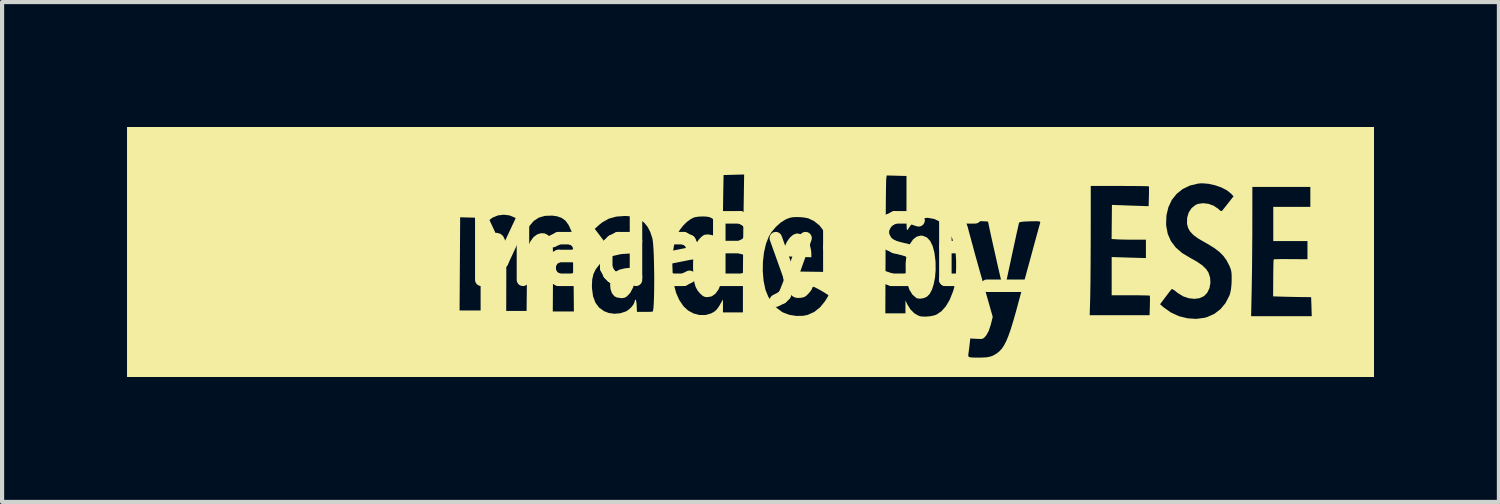
<source format=kicad_pcb>
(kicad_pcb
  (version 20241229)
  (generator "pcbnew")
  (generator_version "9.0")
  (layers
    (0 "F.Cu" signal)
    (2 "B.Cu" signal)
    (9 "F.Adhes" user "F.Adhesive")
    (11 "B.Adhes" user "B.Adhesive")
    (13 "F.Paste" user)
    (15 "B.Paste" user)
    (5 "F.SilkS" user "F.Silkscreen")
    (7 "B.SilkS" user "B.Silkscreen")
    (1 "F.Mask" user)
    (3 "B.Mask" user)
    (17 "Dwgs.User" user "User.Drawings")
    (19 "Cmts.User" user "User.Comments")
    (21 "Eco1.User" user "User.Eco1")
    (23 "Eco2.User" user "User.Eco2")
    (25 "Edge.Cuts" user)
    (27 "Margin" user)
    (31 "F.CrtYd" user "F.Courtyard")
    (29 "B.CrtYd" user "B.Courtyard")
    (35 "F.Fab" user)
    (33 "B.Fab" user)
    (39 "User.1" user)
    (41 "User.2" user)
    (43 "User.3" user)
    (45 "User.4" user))
  (footprint "MadeByESE_"
    (layer "F.Cu")
    (at 14.971 2.99)
    (property "Reference" "MadeByESE_" (at 0 0 0) (layer "F.SilkS") (effects (font (size 1.5 1.5) (thickness 0.3))))
    (attr board_only exclude_from_pos_files exclude_from_bom)
    (fp_poly (pts (xy 1.221 -0.416) (xy 1.309 -0.369) (xy 1.37 -0.301) (xy 1.377 -0.289) (xy 1.426 -0.157) (xy 1.455 -0.023) (xy 1.46 0.051) (xy 1.461 0.137) (xy 1.307 0.132) (xy 1.204 0.129) (xy 1.082 0.125) (xy 0.966 0.12) (xy 0.962 0.12) (xy 0.772 0.112) (xy 0.788 0.016) (xy 0.822 -0.119) (xy 0.877 -0.239) (xy 0.945 -0.335) (xy 1.023 -0.403) (xy 1.104 -0.433) (xy 1.121 -0.434)) (stroke (width 0) (type solid)) (fill yes) (layer "F.SilkS"))
    (fp_poly (pts (xy -2.761 0.526) (xy -2.776 0.701) (xy -2.817 0.857) (xy -2.883 0.984) (xy -2.921 1.03) (xy -2.978 1.084) (xy -3.026 1.11) (xy -3.086 1.118) (xy -3.108 1.118) (xy -3.214 1.102) (xy -3.271 1.071) (xy -3.328 1) (xy -3.362 0.901) (xy -3.371 0.788) (xy -3.356 0.673) (xy -3.314 0.568) (xy -3.309 0.559) (xy -3.244 0.486) (xy -3.15 0.436) (xy -3.022 0.404) (xy -2.931 0.394) (xy -2.761 0.381)) (stroke (width 0) (type solid)) (fill yes) (layer "F.SilkS"))
    (fp_poly (pts (xy 4.141 -0.378) (xy 4.235 -0.338) (xy 4.313 -0.256) (xy 4.373 -0.133) (xy 4.416 0.028) (xy 4.441 0.228) (xy 4.443 0.264) (xy 4.445 0.449) (xy 4.43 0.624) (xy 4.399 0.782) (xy 4.356 0.916) (xy 4.3 1.02) (xy 4.238 1.083) (xy 4.159 1.118) (xy 4.073 1.133) (xy 3.999 1.123) (xy 3.982 1.116) (xy 3.888 1.035) (xy 3.814 0.915) (xy 3.761 0.756) (xy 3.731 0.561) (xy 3.726 0.49) (xy 3.725 0.282) (xy 3.744 0.096) (xy 3.782 -0.064) (xy 3.837 -0.196) (xy 3.907 -0.295) (xy 3.991 -0.359) (xy 4.086 -0.383)) (stroke (width 0) (type solid)) (fill yes) (layer "F.SilkS"))
    (fp_poly (pts (xy -0.918 -0.394) (xy -0.836 -0.342) (xy -0.769 -0.251) (xy -0.713 -0.119) (xy -0.707 -0.102) (xy -0.673 0.048) (xy -0.656 0.223) (xy -0.655 0.409) (xy -0.67 0.588) (xy -0.702 0.744) (xy -0.708 0.764) (xy -0.767 0.908) (xy -0.842 1.012) (xy -0.93 1.075) (xy -1.027 1.095) (xy -1.092 1.09) (xy -1.144 1.067) (xy -1.202 1.017) (xy -1.21 1.009) (xy -1.272 0.934) (xy -1.319 0.847) (xy -1.35 0.739) (xy -1.37 0.604) (xy -1.379 0.435) (xy -1.38 0.342) (xy -1.376 0.159) (xy -1.363 0.013) (xy -1.338 -0.104) (xy -1.3 -0.2) (xy -1.246 -0.281) (xy -1.213 -0.319) (xy -1.156 -0.373) (xy -1.109 -0.401) (xy -1.053 -0.41) (xy -1.017 -0.411)) (stroke (width 0) (type solid)) (fill yes) (layer "F.SilkS"))
    (fp_poly (pts (xy 14.971 0.011) (xy 14.971 3.012) (xy 0 3.012) (xy -14.971 3.012) (xy -14.971 1.415) (xy -6.986 1.415) (xy -6.734 1.415) (xy -6.481 1.415) (xy -6.481 0.759) (xy -6.48 0.582) (xy -6.478 0.412) (xy -6.474 0.257) (xy -6.469 0.125) (xy -6.464 0.023) (xy -6.457 -0.042) (xy -6.457 -0.045) (xy -6.418 -0.199) (xy -6.358 -0.318) (xy -6.279 -0.402) (xy -6.184 -0.445) (xy -6.086 -0.449) (xy -6 -0.424) (xy -5.939 -0.369) (xy -5.896 -0.279) (xy -5.887 -0.246) (xy -5.879 -0.194) (xy -5.873 -0.098) (xy -5.869 0.038) (xy -5.865 0.212) (xy -5.864 0.423) (xy -5.864 0.636) (xy -5.866 1.426) (xy -5.621 1.426) (xy -5.377 1.426) (xy -5.37 0.787) (xy -5.367 0.561) (xy -5.365 0.376) (xy -5.362 0.227) (xy -5.358 0.108) (xy -5.353 0.016) (xy -5.346 -0.056) (xy -5.337 -0.111) (xy -5.325 -0.155) (xy -5.311 -0.192) (xy -5.293 -0.229) (xy -5.285 -0.244) (xy -5.211 -0.346) (xy -5.124 -0.411) (xy -5.032 -0.441) (xy -4.941 -0.435) (xy -4.859 -0.393) (xy -4.793 -0.315) (xy -4.765 -0.253) (xy -4.757 -0.216) (xy -4.751 -0.154) (xy -4.746 -0.064) (xy -4.743 0.057) (xy -4.742 0.214) (xy -4.741 0.409) (xy -4.743 0.633) (xy -4.748 1.438) (xy -4.495 1.438) (xy -4.241 1.438) (xy -4.247 0.827) (xy -3.809 0.827) (xy -3.806 0.888) (xy -3.781 1.074) (xy -3.724 1.227) (xy -3.636 1.346) (xy -3.516 1.432) (xy -3.404 1.475) (xy -3.268 1.494) (xy -3.124 1.481) (xy -2.994 1.439) (xy -2.985 1.435) (xy -2.918 1.39) (xy -2.854 1.328) (xy -2.806 1.263) (xy -2.784 1.209) (xy -2.784 1.203) (xy -2.772 1.163) (xy -2.762 1.153) (xy -2.75 1.167) (xy -2.74 1.218) (xy -2.734 1.294) (xy -2.727 1.449) (xy -2.556 1.449) (xy -2.468 1.449) (xy -2.396 1.446) (xy -2.353 1.443) (xy -2.351 1.443) (xy -2.34 1.418) (xy -2.331 1.355) (xy -2.324 1.257) (xy -2.319 1.132) (xy -2.315 0.986) (xy -2.313 0.824) (xy -2.312 0.653) (xy -2.314 0.478) (xy -2.317 0.308) (xy -1.877 0.308) (xy -1.868 0.572) (xy -1.838 0.799) (xy -1.786 0.995) (xy -1.71 1.165) (xy -1.61 1.313) (xy -1.609 1.314) (xy -1.498 1.417) (xy -1.367 1.487) (xy -1.224 1.524) (xy -1.08 1.524) (xy -0.947 1.486) (xy -0.875 1.447) (xy -0.819 1.4) (xy -0.767 1.332) (xy -0.721 1.255) (xy -0.662 1.152) (xy -0.662 1.307) (xy -0.662 1.461) (xy -0.422 1.461) (xy -0.183 1.461) (xy -0.182 0.713) (xy -0.182 0.506) (xy -0.182 0.472) (xy 0.294 0.472) (xy 0.313 0.696) (xy 0.355 0.902) (xy 0.361 0.924) (xy 0.426 1.083) (xy 0.519 1.231) (xy 0.633 1.357) (xy 0.757 1.45) (xy 0.781 1.463) (xy 0.931 1.519) (xy 1.098 1.546) (xy 1.263 1.543) (xy 1.374 1.521) (xy 1.457 1.483) (xy 3.237 1.483) (xy 3.478 1.483) (xy 3.72 1.483) (xy 3.72 1.329) (xy 3.721 1.175) (xy 3.764 1.267) (xy 3.841 1.39) (xy 3.936 1.485) (xy 4.042 1.544) (xy 4.097 1.558) (xy 4.192 1.563) (xy 4.302 1.555) (xy 4.405 1.535) (xy 4.464 1.514) (xy 4.583 1.435) (xy 4.69 1.315) (xy 4.783 1.157) (xy 4.86 0.965) (xy 4.888 0.872) (xy 4.913 0.743) (xy 4.93 0.582) (xy 4.937 0.404) (xy 4.937 0.223) (xy 4.927 0.052) (xy 4.907 -0.096) (xy 4.9 -0.132) (xy 4.843 -0.317) (xy 4.762 -0.481) (xy 4.661 -0.616) (xy 4.565 -0.701) (xy 5.173 -0.701) (xy 5.179 -0.688) (xy 5.199 -0.637) (xy 5.221 -0.569) (xy 5.224 -0.556) (xy 5.245 -0.474) (xy 5.267 -0.393) (xy 5.268 -0.388) (xy 5.284 -0.332) (xy 5.307 -0.245) (xy 5.335 -0.142) (xy 5.352 -0.08) (xy 5.373 -0.000076) (xy 5.405 0.116) (xy 5.446 0.261) (xy 5.492 0.426) (xy 5.543 0.605) (xy 5.595 0.79) (xy 5.614 0.858) (xy 5.816 1.569) (xy 5.77 1.752) (xy 5.724 1.896) (xy 5.668 2) (xy 5.654 2.019) (xy 5.615 2.064) (xy 5.582 2.089) (xy 5.541 2.099) (xy 5.475 2.098) (xy 5.43 2.096) (xy 5.277 2.087) (xy 5.264 2.202) (xy 5.253 2.297) (xy 5.24 2.396) (xy 5.236 2.423) (xy 5.228 2.488) (xy 5.233 2.521) (xy 5.257 2.535) (xy 5.286 2.541) (xy 5.339 2.545) (xy 5.423 2.547) (xy 5.52 2.547) (xy 5.546 2.546) (xy 5.664 2.54) (xy 5.752 2.524) (xy 5.823 2.498) (xy 5.834 2.492) (xy 5.908 2.449) (xy 5.973 2.398) (xy 6.033 2.334) (xy 6.087 2.254) (xy 6.14 2.152) (xy 6.192 2.026) (xy 6.247 1.87) (xy 6.306 1.679) (xy 6.349 1.529) (xy 8.144 1.529) (xy 8.863 1.529) (xy 9.582 1.529) (xy 9.589 1.299) (xy 9.59 1.265) (xy 9.834 1.265) (xy 9.921 1.341) (xy 10.094 1.463) (xy 10.287 1.552) (xy 10.493 1.603) (xy 10.702 1.617) (xy 10.905 1.59) (xy 10.962 1.574) (xy 11.012 1.552) (xy 12.02 1.552) (xy 12.748 1.552) (xy 13.476 1.552) (xy 13.469 1.324) (xy 13.461 1.095) (xy 13.183 1.092) (xy 13.053 1.09) (xy 12.918 1.087) (xy 12.798 1.084) (xy 12.727 1.082) (xy 12.548 1.076) (xy 12.551 0.636) (xy 12.552 0.499) (xy 12.554 0.379) (xy 12.556 0.282) (xy 12.559 0.216) (xy 12.562 0.188) (xy 12.562 0.187) (xy 12.587 0.185) (xy 12.649 0.183) (xy 12.743 0.181) (xy 12.859 0.181) (xy 12.972 0.182) (xy 13.373 0.184) (xy 13.373 -0.033) (xy 13.373 -0.251) (xy 12.962 -0.251) (xy 12.552 -0.251) (xy 12.552 -0.662) (xy 12.552 -1.073) (xy 12.997 -1.073) (xy 13.442 -1.073) (xy 13.442 -1.312) (xy 13.442 -1.552) (xy 12.746 -1.552) (xy 12.05 -1.552) (xy 12.049 -0.69) (xy 12.049 -0.457) (xy 12.047 -0.203) (xy 12.045 0.059) (xy 12.043 0.317) (xy 12.04 0.559) (xy 12.036 0.774) (xy 12.035 0.862) (xy 12.02 1.552) (xy 11.012 1.552) (xy 11.135 1.498) (xy 11.284 1.384) (xy 11.406 1.237) (xy 11.497 1.06) (xy 11.513 1.016) (xy 11.536 0.913) (xy 11.55 0.779) (xy 11.553 0.684) (xy 11.553 0.574) (xy 11.547 0.495) (xy 11.533 0.429) (xy 11.508 0.363) (xy 11.495 0.334) (xy 11.431 0.212) (xy 11.355 0.106) (xy 11.26 0.01) (xy 11.14 -0.082) (xy 10.987 -0.177) (xy 10.899 -0.226) (xy 10.747 -0.315) (xy 10.634 -0.398) (xy 10.556 -0.48) (xy 10.507 -0.566) (xy 10.482 -0.661) (xy 10.481 -0.673) (xy 10.484 -0.811) (xy 10.522 -0.937) (xy 10.59 -1.042) (xy 10.685 -1.118) (xy 10.742 -1.143) (xy 10.864 -1.161) (xy 10.996 -1.146) (xy 11.122 -1.1) (xy 11.228 -1.028) (xy 11.247 -1.009) (xy 11.287 -0.977) (xy 11.315 -0.971) (xy 11.317 -0.973) (xy 11.339 -0.999) (xy 11.381 -1.051) (xy 11.436 -1.121) (xy 11.467 -1.16) (xy 11.598 -1.327) (xy 11.533 -1.395) (xy 11.435 -1.473) (xy 11.304 -1.54) (xy 11.153 -1.592) (xy 10.995 -1.627) (xy 10.842 -1.639) (xy 10.752 -1.633) (xy 10.551 -1.585) (xy 10.377 -1.501) (xy 10.231 -1.384) (xy 10.115 -1.238) (xy 10.034 -1.065) (xy 9.987 -0.87) (xy 9.979 -0.654) (xy 9.982 -0.616) (xy 10.018 -0.424) (xy 10.094 -0.252) (xy 10.21 -0.098) (xy 10.367 0.038) (xy 10.553 0.149) (xy 10.72 0.243) (xy 10.848 0.331) (xy 10.938 0.418) (xy 10.994 0.501) (xy 11.035 0.623) (xy 11.043 0.753) (xy 11.02 0.878) (xy 10.968 0.987) (xy 10.89 1.07) (xy 10.889 1.07) (xy 10.782 1.12) (xy 10.656 1.136) (xy 10.52 1.12) (xy 10.386 1.074) (xy 10.262 0.998) (xy 10.233 0.975) (xy 10.173 0.927) (xy 10.128 0.903) (xy 10.11 0.904) (xy 10.088 0.93) (xy 10.046 0.984) (xy 9.991 1.056) (xy 9.962 1.095) (xy 9.834 1.265) (xy 9.59 1.265) (xy 9.591 1.201) (xy 9.591 1.122) (xy 9.589 1.072) (xy 9.587 1.059) (xy 9.562 1.056) (xy 9.499 1.054) (xy 9.404 1.052) (xy 9.285 1.05) (xy 9.148 1.05) (xy 9.125 1.05) (xy 8.672 1.05) (xy 8.672 0.591) (xy 8.672 0.132) (xy 9.083 0.145) (xy 9.494 0.157) (xy 9.494 -0.064) (xy 9.494 -0.285) (xy 9.225 -0.285) (xy 9.102 -0.285) (xy 8.978 -0.287) (xy 8.872 -0.29) (xy 8.814 -0.292) (xy 8.67 -0.301) (xy 8.674 -0.71) (xy 8.678 -1.12) (xy 9.119 -1.104) (xy 9.559 -1.089) (xy 9.566 -1.322) (xy 9.568 -1.42) (xy 9.568 -1.5) (xy 9.567 -1.552) (xy 9.564 -1.565) (xy 9.54 -1.568) (xy 9.475 -1.57) (xy 9.377 -1.572) (xy 9.249 -1.573) (xy 9.099 -1.574) (xy 8.931 -1.575) (xy 8.862 -1.575) (xy 8.17 -1.575) (xy 8.169 -0.416) (xy 8.168 -0.175) (xy 8.167 0.067) (xy 8.166 0.301) (xy 8.164 0.522) (xy 8.163 0.722) (xy 8.16 0.896) (xy 8.158 1.037) (xy 8.156 1.135) (xy 8.144 1.529) (xy 6.349 1.529) (xy 6.371 1.451) (xy 6.405 1.327) (xy 6.446 1.174) (xy 6.493 1.001) (xy 6.544 0.813) (xy 6.598 0.616) (xy 6.652 0.416) (xy 6.707 0.216) (xy 6.759 0.024) (xy 6.808 -0.157) (xy 6.853 -0.32) (xy 6.891 -0.46) (xy 6.922 -0.572) (xy 6.944 -0.651) (xy 6.955 -0.691) (xy 6.956 -0.709) (xy 6.945 -0.72) (xy 6.913 -0.726) (xy 6.852 -0.728) (xy 6.756 -0.727) (xy 6.709 -0.726) (xy 6.593 -0.721) (xy 6.516 -0.715) (xy 6.47 -0.706) (xy 6.449 -0.693) (xy 6.445 -0.685) (xy 6.437 -0.646) (xy 6.422 -0.577) (xy 6.405 -0.502) (xy 6.386 -0.419) (xy 6.362 -0.307) (xy 6.333 -0.174) (xy 6.301 -0.026) (xy 6.267 0.131) (xy 6.233 0.291) (xy 6.199 0.447) (xy 6.168 0.592) (xy 6.141 0.721) (xy 6.118 0.828) (xy 6.102 0.905) (xy 6.094 0.946) (xy 6.093 0.951) (xy 6.083 0.956) (xy 6.083 0.956) (xy 6.076 0.932) (xy 6.06 0.87) (xy 6.038 0.775) (xy 6.009 0.653) (xy 5.976 0.511) (xy 5.94 0.355) (xy 5.903 0.19) (xy 5.865 0.022) (xy 5.828 -0.142) (xy 5.794 -0.296) (xy 5.763 -0.435) (xy 5.738 -0.553) (xy 5.719 -0.643) (xy 5.708 -0.7) (xy 5.705 -0.716) (xy 5.684 -0.721) (xy 5.626 -0.726) (xy 5.54 -0.729) (xy 5.434 -0.73) (xy 5.431 -0.73) (xy 5.315 -0.73) (xy 5.239 -0.728) (xy 5.194 -0.723) (xy 5.174 -0.715) (xy 5.173 -0.701) (xy 4.565 -0.701) (xy 4.545 -0.718) (xy 4.417 -0.781) (xy 4.411 -0.783) (xy 4.252 -0.81) (xy 4.104 -0.794) (xy 3.97 -0.739) (xy 3.858 -0.647) (xy 3.78 -0.536) (xy 3.77 -0.519) (xy 3.762 -0.514) (xy 3.755 -0.526) (xy 3.751 -0.558) (xy 3.748 -0.616) (xy 3.746 -0.703) (xy 3.745 -0.823) (xy 3.744 -0.982) (xy 3.745 -1.141) (xy 3.745 -1.814) (xy 3.507 -1.821) (xy 3.269 -1.827) (xy 3.259 -1.741) (xy 3.257 -1.704) (xy 3.255 -1.625) (xy 3.253 -1.509) (xy 3.251 -1.358) (xy 3.249 -1.178) (xy 3.248 -0.973) (xy 3.246 -0.745) (xy 3.245 -0.499) (xy 3.243 -0.24) (xy 3.243 -0.086) (xy 3.237 1.483) (xy 1.457 1.483) (xy 1.529 1.451) (xy 1.668 1.341) (xy 1.778 1.207) (xy 1.823 1.138) (xy 1.856 1.083) (xy 1.871 1.054) (xy 1.871 1.053) (xy 1.853 1.036) (xy 1.804 1.004) (xy 1.738 0.963) (xy 1.664 0.921) (xy 1.593 0.883) (xy 1.537 0.855) (xy 1.507 0.844) (xy 1.507 0.844) (xy 1.486 0.863) (xy 1.483 0.877) (xy 1.469 0.91) (xy 1.432 0.963) (xy 1.396 1.005) (xy 1.338 1.063) (xy 1.287 1.094) (xy 1.222 1.109) (xy 1.197 1.112) (xy 1.115 1.114) (xy 1.052 1.097) (xy 1.004 1.069) (xy 0.927 0.995) (xy 0.861 0.887) (xy 0.811 0.758) (xy 0.784 0.62) (xy 0.784 0.619) (xy 0.769 0.474) (xy 1.357 0.483) (xy 1.945 0.491) (xy 1.93 0.247) (xy 1.922 0.13) (xy 1.912 0.016) (xy 1.901 -0.078) (xy 1.895 -0.118) (xy 1.845 -0.315) (xy 1.764 -0.486) (xy 1.656 -0.627) (xy 1.523 -0.734) (xy 1.384 -0.798) (xy 1.316 -0.813) (xy 1.223 -0.824) (xy 1.131 -0.828) (xy 1.028 -0.826) (xy 0.949 -0.812) (xy 0.871 -0.783) (xy 0.838 -0.768) (xy 0.721 -0.693) (xy 0.605 -0.588) (xy 0.503 -0.466) (xy 0.439 -0.361) (xy 0.371 -0.185) (xy 0.324 0.02) (xy 0.298 0.243) (xy 0.294 0.472) (xy -0.182 0.472) (xy -0.18 0.266) (xy -0.178 0.003) (xy -0.176 -0.269) (xy -0.173 -0.539) (xy -0.17 -0.795) (xy -0.167 -0.942) (xy -0.153 -1.85) (xy -0.4 -1.844) (xy -0.647 -1.837) (xy -0.654 -1.472) (xy -0.656 -1.314) (xy -0.659 -1.14) (xy -0.661 -0.97) (xy -0.662 -0.823) (xy -0.662 -0.799) (xy -0.664 -0.491) (xy -0.707 -0.573) (xy -0.762 -0.652) (xy -0.838 -0.731) (xy -0.92 -0.794) (xy -0.974 -0.823) (xy -1.047 -0.838) (xy -1.146 -0.843) (xy -1.251 -0.838) (xy -1.343 -0.823) (xy -1.35 -0.821) (xy -1.434 -0.781) (xy -1.527 -0.712) (xy -1.617 -0.623) (xy -1.693 -0.526) (xy -1.719 -0.483) (xy -1.787 -0.333) (xy -1.834 -0.166) (xy -1.864 0.026) (xy -1.876 0.252) (xy -1.877 0.308) (xy -2.317 0.308) (xy -2.317 0.306) (xy -2.321 0.142) (xy -2.327 -0.007) (xy -2.335 -0.135) (xy -2.344 -0.236) (xy -2.354 -0.305) (xy -2.356 -0.314) (xy -2.407 -0.469) (xy -2.468 -0.588) (xy -2.542 -0.681) (xy -2.567 -0.704) (xy -2.657 -0.773) (xy -2.747 -0.818) (xy -2.852 -0.843) (xy -2.985 -0.853) (xy -3.024 -0.854) (xy -3.225 -0.839) (xy -3.401 -0.79) (xy -3.556 -0.703) (xy -3.631 -0.644) (xy -3.74 -0.546) (xy -3.622 -0.389) (xy -3.503 -0.233) (xy -3.435 -0.297) (xy -3.308 -0.388) (xy -3.173 -0.434) (xy -3.105 -0.441) (xy -2.984 -0.425) (xy -2.89 -0.372) (xy -2.822 -0.282) (xy -2.779 -0.156) (xy -2.768 -0.078) (xy -2.755 0.046) (xy -2.878 0.046) (xy -3.106 0.061) (xy -3.301 0.105) (xy -3.466 0.179) (xy -3.602 0.285) (xy -3.629 0.313) (xy -3.715 0.423) (xy -3.771 0.538) (xy -3.801 0.669) (xy -3.809 0.827) (xy -4.247 0.827) (xy -4.25 0.531) (xy -4.252 0.3) (xy -4.255 0.11) (xy -4.258 -0.044) (xy -4.261 -0.166) (xy -4.265 -0.261) (xy -4.27 -0.334) (xy -4.276 -0.39) (xy -4.284 -0.433) (xy -4.294 -0.469) (xy -4.301 -0.491) (xy -4.366 -0.634) (xy -4.44 -0.738) (xy -4.532 -0.807) (xy -4.647 -0.847) (xy -4.764 -0.863) (xy -4.936 -0.857) (xy -5.082 -0.815) (xy -5.204 -0.736) (xy -5.307 -0.616) (xy -5.34 -0.563) (xy -5.378 -0.5) (xy -5.401 -0.474) (xy -5.415 -0.478) (xy -5.421 -0.492) (xy -5.455 -0.585) (xy -5.487 -0.651) (xy -5.527 -0.706) (xy -5.543 -0.724) (xy -5.654 -0.813) (xy -5.783 -0.867) (xy -5.923 -0.885) (xy -6.063 -0.868) (xy -6.194 -0.815) (xy -6.308 -0.728) (xy -6.324 -0.71) (xy -6.376 -0.643) (xy -6.415 -0.579) (xy -6.429 -0.543) (xy -6.444 -0.49) (xy -6.458 -0.479) (xy -6.469 -0.505) (xy -6.475 -0.565) (xy -6.475 -0.645) (xy -6.47 -0.81) (xy -6.721 -0.816) (xy -6.972 -0.823) (xy -6.979 0.296) (xy -6.986 1.415) (xy -14.971 1.415) (xy -14.971 0.011) (xy -14.971 -2.99) (xy 0 -2.99) (xy 14.971 -2.99)) (stroke (width 0) (type solid)) (fill yes) (layer "F.SilkS")))
  (gr_rect
    (start -3 -3)
    (end 32.941 9.002)
    (stroke (width 0.1) (type default))
    (fill no)
    (layer "Edge.Cuts")))
</source>
